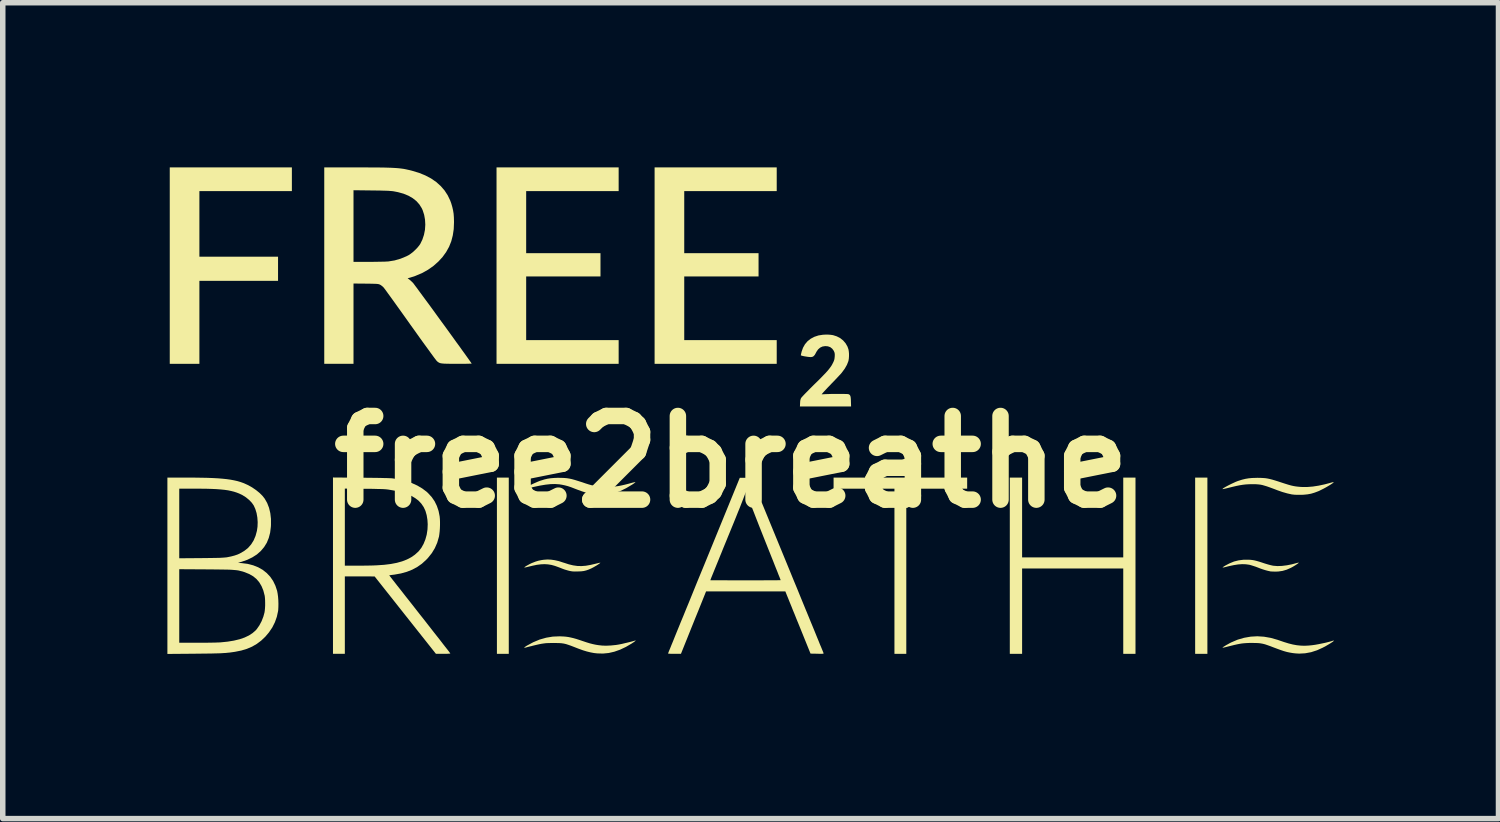
<source format=kicad_pcb>
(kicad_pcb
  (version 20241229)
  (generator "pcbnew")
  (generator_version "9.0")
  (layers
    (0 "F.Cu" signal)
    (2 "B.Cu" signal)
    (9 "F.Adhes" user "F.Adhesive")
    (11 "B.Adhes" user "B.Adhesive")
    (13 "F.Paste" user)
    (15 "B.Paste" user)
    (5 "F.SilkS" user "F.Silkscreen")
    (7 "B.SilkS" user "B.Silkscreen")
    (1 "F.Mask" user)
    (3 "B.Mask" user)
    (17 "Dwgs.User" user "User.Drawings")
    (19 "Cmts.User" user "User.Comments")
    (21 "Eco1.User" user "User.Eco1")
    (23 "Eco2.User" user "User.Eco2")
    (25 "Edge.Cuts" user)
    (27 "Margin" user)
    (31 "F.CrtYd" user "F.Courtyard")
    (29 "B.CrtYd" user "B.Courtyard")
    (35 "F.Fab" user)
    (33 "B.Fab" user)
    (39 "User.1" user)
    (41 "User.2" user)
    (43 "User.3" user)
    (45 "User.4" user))
  (footprint "free2breathe"
    (layer "F.Cu")
    (at 10.281 5.364)
    (property "Reference" "free2breathe" (at 0 0 0) (layer "F.SilkS") (effects (font (size 1.524 1.524) (thickness 0.3))))
    (attr board_only exclude_from_pos_files exclude_from_bom)
    (fp_poly (pts (xy -4.061 3.499) (xy -4.277 3.499) (xy -4.277 0.288) (xy -4.061 0.288)) (stroke (width 0) (type solid)) (fill yes) (layer "F.SilkS"))
    (fp_poly (pts (xy 8.668 3.499) (xy 8.445 3.499) (xy 8.445 0.288) (xy 8.668 0.288)) (stroke (width 0) (type solid)) (fill yes) (layer "F.SilkS"))
    (fp_poly (pts (xy 4.291 0.49) (xy 3.182 0.49) (xy 3.182 3.499) (xy 2.966 3.499) (xy 2.966 0.49) (xy 1.857 0.49) (xy 1.857 0.288) (xy 4.291 0.288)) (stroke (width 0) (type solid)) (fill yes) (layer "F.SilkS"))
    (fp_poly (pts (xy -8.013 -4.932) (xy -9.698 -4.932) (xy -9.698 -3.737) (xy -8.265 -3.737) (xy -8.265 -3.297) (xy -9.698 -3.297) (xy -9.698 -1.785) (xy -10.238 -1.785) (xy -10.238 -5.364) (xy -8.013 -5.364)) (stroke (width 0) (type solid)) (fill yes) (layer "F.SilkS"))
    (fp_poly (pts (xy -2.059 -4.932) (xy -3.744 -4.932) (xy -3.744 -3.801) (xy -2.39 -3.801) (xy -2.39 -3.377) (xy -3.744 -3.377) (xy -3.744 -2.217) (xy -2.059 -2.217) (xy -2.059 -1.785) (xy -4.284 -1.785) (xy -4.284 -5.364) (xy -2.059 -5.364)) (stroke (width 0) (type solid)) (fill yes) (layer "F.SilkS"))
    (fp_poly (pts (xy 0.821 -4.932) (xy -0.864 -4.932) (xy -0.864 -3.801) (xy 0.49 -3.801) (xy 0.49 -3.377) (xy -0.864 -3.377) (xy -0.864 -2.217) (xy 0.821 -2.217) (xy 0.821 -1.785) (xy -1.404 -1.785) (xy -1.404 -5.364) (xy 0.821 -5.364)) (stroke (width 0) (type solid)) (fill yes) (layer "F.SilkS"))
    (fp_poly (pts (xy 5.292 1.742) (xy 7.135 1.742) (xy 7.135 0.288) (xy 7.358 0.288) (xy 7.358 3.499) (xy 7.135 3.499) (xy 7.135 1.944) (xy 5.292 1.944) (xy 5.292 3.499) (xy 5.068 3.499) (xy 5.068 0.288) (xy 5.292 0.288)) (stroke (width 0) (type solid)) (fill yes) (layer "F.SilkS"))
    (fp_poly (pts (xy -3.291 1.783) (xy -3.222 1.793) (xy -3.148 1.81) (xy -3.065 1.837) (xy -3.054 1.84) (xy -2.968 1.868) (xy -2.889 1.887) (xy -2.812 1.898) (xy -2.736 1.9) (xy -2.657 1.894) (xy -2.572 1.879) (xy -2.478 1.857) (xy -2.478 1.857) (xy -2.445 1.849) (xy -2.418 1.843) (xy -2.4 1.839) (xy -2.392 1.839) (xy -2.396 1.844) (xy -2.41 1.855) (xy -2.431 1.87) (xy -2.457 1.887) (xy -2.487 1.904) (xy -2.516 1.921) (xy -2.543 1.935) (xy -2.552 1.94) (xy -2.604 1.963) (xy -2.65 1.979) (xy -2.694 1.99) (xy -2.743 1.996) (xy -2.801 1.998) (xy -2.801 1.998) (xy -2.858 1.999) (xy -2.903 1.997) (xy -2.939 1.991) (xy -2.945 1.99) (xy -2.978 1.982) (xy -3.009 1.973) (xy -3.043 1.963) (xy -3.081 1.949) (xy -3.129 1.93) (xy -3.15 1.922) (xy -3.219 1.897) (xy -3.283 1.879) (xy -3.346 1.869) (xy -3.409 1.865) (xy -3.476 1.868) (xy -3.549 1.877) (xy -3.63 1.894) (xy -3.693 1.909) (xy -3.725 1.917) (xy -3.752 1.923) (xy -3.771 1.926) (xy -3.778 1.926) (xy -3.775 1.921) (xy -3.761 1.91) (xy -3.739 1.896) (xy -3.712 1.881) (xy -3.683 1.865) (xy -3.652 1.85) (xy -3.636 1.843) (xy -3.575 1.819) (xy -3.519 1.802) (xy -3.459 1.79) (xy -3.423 1.785) (xy -3.357 1.78)) (stroke (width 0) (type solid)) (fill yes) (layer "F.SilkS"))
    (fp_poly (pts (xy 9.414 1.784) (xy 9.453 1.786) (xy 9.488 1.79) (xy 9.524 1.796) (xy 9.564 1.806) (xy 9.61 1.819) (xy 9.666 1.837) (xy 9.683 1.843) (xy 9.73 1.858) (xy 9.777 1.872) (xy 9.819 1.883) (xy 9.854 1.891) (xy 9.87 1.894) (xy 9.944 1.9) (xy 10.027 1.897) (xy 10.116 1.886) (xy 10.207 1.868) (xy 10.275 1.85) (xy 10.301 1.843) (xy 10.321 1.838) (xy 10.333 1.838) (xy 10.333 1.838) (xy 10.331 1.842) (xy 10.319 1.852) (xy 10.299 1.866) (xy 10.274 1.883) (xy 10.246 1.9) (xy 10.217 1.917) (xy 10.191 1.931) (xy 10.189 1.932) (xy 10.112 1.966) (xy 10.037 1.988) (xy 9.96 1.999) (xy 9.907 2.001) (xy 9.874 2) (xy 9.845 1.999) (xy 9.824 1.998) (xy 9.817 1.997) (xy 9.767 1.986) (xy 9.722 1.974) (xy 9.678 1.96) (xy 9.629 1.943) (xy 9.591 1.928) (xy 9.549 1.912) (xy 9.506 1.898) (xy 9.468 1.886) (xy 9.437 1.877) (xy 9.426 1.875) (xy 9.366 1.867) (xy 9.301 1.865) (xy 9.23 1.87) (xy 9.151 1.882) (xy 9.062 1.901) (xy 9.033 1.908) (xy 9 1.917) (xy 8.972 1.923) (xy 8.953 1.926) (xy 8.944 1.927) (xy 8.944 1.927) (xy 8.948 1.922) (xy 8.962 1.911) (xy 8.984 1.897) (xy 9.013 1.881) (xy 9.045 1.864) (xy 9.071 1.851) (xy 9.153 1.817) (xy 9.236 1.796) (xy 9.323 1.785) (xy 9.37 1.784)) (stroke (width 0) (type solid)) (fill yes) (layer "F.SilkS"))
    (fp_poly (pts (xy 9.7 3.187) (xy 9.825 3.209) (xy 9.951 3.245) (xy 9.97 3.252) (xy 10.064 3.284) (xy 10.149 3.31) (xy 10.225 3.329) (xy 10.296 3.342) (xy 10.364 3.349) (xy 10.432 3.352) (xy 10.501 3.349) (xy 10.526 3.347) (xy 10.575 3.342) (xy 10.633 3.334) (xy 10.694 3.323) (xy 10.757 3.31) (xy 10.819 3.297) (xy 10.875 3.283) (xy 10.924 3.27) (xy 10.96 3.258) (xy 10.97 3.257) (xy 10.972 3.26) (xy 10.966 3.268) (xy 10.949 3.281) (xy 10.924 3.298) (xy 10.892 3.318) (xy 10.855 3.34) (xy 10.816 3.363) (xy 10.775 3.384) (xy 10.774 3.385) (xy 10.666 3.434) (xy 10.558 3.469) (xy 10.45 3.489) (xy 10.342 3.495) (xy 10.274 3.491) (xy 10.221 3.485) (xy 10.169 3.476) (xy 10.117 3.465) (xy 10.06 3.449) (xy 9.998 3.428) (xy 9.927 3.402) (xy 9.876 3.383) (xy 9.814 3.359) (xy 9.763 3.341) (xy 9.719 3.326) (xy 9.68 3.316) (xy 9.643 3.309) (xy 9.604 3.304) (xy 9.561 3.302) (xy 9.511 3.301) (xy 9.478 3.301) (xy 9.426 3.301) (xy 9.38 3.303) (xy 9.338 3.306) (xy 9.298 3.31) (xy 9.255 3.317) (xy 9.209 3.326) (xy 9.155 3.338) (xy 9.091 3.354) (xy 9.058 3.362) (xy 9.02 3.372) (xy 8.987 3.38) (xy 8.962 3.385) (xy 8.947 3.388) (xy 8.943 3.388) (xy 8.947 3.382) (xy 8.961 3.371) (xy 8.984 3.357) (xy 9.013 3.339) (xy 9.046 3.321) (xy 9.08 3.302) (xy 9.104 3.29) (xy 9.219 3.241) (xy 9.336 3.207) (xy 9.456 3.186) (xy 9.577 3.179)) (stroke (width 0) (type solid)) (fill yes) (layer "F.SilkS"))
    (fp_poly (pts (xy -3.063 3.183) (xy -3.017 3.187) (xy -2.974 3.193) (xy -2.93 3.202) (xy -2.883 3.213) (xy -2.83 3.228) (xy -2.768 3.248) (xy -2.718 3.265) (xy -2.646 3.289) (xy -2.584 3.308) (xy -2.529 3.322) (xy -2.477 3.333) (xy -2.427 3.341) (xy -2.373 3.347) (xy -2.371 3.348) (xy -2.29 3.351) (xy -2.2 3.347) (xy -2.103 3.337) (xy -2.055 3.329) (xy -2.029 3.324) (xy -1.995 3.317) (xy -1.954 3.307) (xy -1.911 3.297) (xy -1.869 3.287) (xy -1.829 3.277) (xy -1.796 3.268) (xy -1.772 3.261) (xy -1.762 3.258) (xy -1.75 3.254) (xy -1.749 3.258) (xy -1.759 3.267) (xy -1.777 3.282) (xy -1.805 3.3) (xy -1.816 3.308) (xy -1.925 3.372) (xy -2.032 3.423) (xy -2.137 3.46) (xy -2.241 3.484) (xy -2.345 3.494) (xy -2.449 3.491) (xy -2.45 3.491) (xy -2.511 3.484) (xy -2.573 3.472) (xy -2.639 3.456) (xy -2.711 3.434) (xy -2.791 3.405) (xy -2.868 3.375) (xy -2.927 3.352) (xy -2.976 3.335) (xy -3.019 3.321) (xy -3.059 3.312) (xy -3.1 3.306) (xy -3.144 3.303) (xy -3.196 3.302) (xy -3.243 3.301) (xy -3.297 3.302) (xy -3.343 3.303) (xy -3.385 3.305) (xy -3.425 3.31) (xy -3.466 3.316) (xy -3.511 3.325) (xy -3.564 3.337) (xy -3.627 3.352) (xy -3.639 3.356) (xy -3.679 3.365) (xy -3.714 3.374) (xy -3.743 3.382) (xy -3.761 3.386) (xy -3.767 3.388) (xy -3.779 3.39) (xy -3.779 3.386) (xy -3.769 3.376) (xy -3.749 3.361) (xy -3.731 3.35) (xy -3.616 3.288) (xy -3.499 3.239) (xy -3.379 3.205) (xy -3.258 3.185) (xy -3.133 3.18)) (stroke (width 0) (type solid)) (fill yes) (layer "F.SilkS"))
    (fp_poly (pts (xy -3.095 0.293) (xy -3.046 0.295) (xy -3.001 0.299) (xy -2.957 0.306) (xy -2.911 0.316) (xy -2.86 0.33) (xy -2.802 0.348) (xy -2.733 0.37) (xy -2.732 0.37) (xy -2.662 0.394) (xy -2.602 0.413) (xy -2.551 0.427) (xy -2.506 0.438) (xy -2.465 0.446) (xy -2.425 0.452) (xy -2.383 0.455) (xy -2.338 0.457) (xy -2.286 0.457) (xy -2.286 0.457) (xy -2.225 0.456) (xy -2.169 0.454) (xy -2.117 0.449) (xy -2.064 0.442) (xy -2.008 0.431) (xy -1.946 0.417) (xy -1.875 0.399) (xy -1.833 0.387) (xy -1.802 0.379) (xy -1.776 0.373) (xy -1.758 0.37) (xy -1.752 0.37) (xy -1.756 0.375) (xy -1.77 0.386) (xy -1.791 0.402) (xy -1.815 0.417) (xy -1.923 0.481) (xy -2.027 0.532) (xy -2.13 0.568) (xy -2.231 0.592) (xy -2.333 0.603) (xy -2.379 0.604) (xy -2.412 0.603) (xy -2.441 0.603) (xy -2.461 0.602) (xy -2.469 0.601) (xy -2.482 0.599) (xy -2.503 0.595) (xy -2.531 0.591) (xy -2.534 0.59) (xy -2.588 0.579) (xy -2.653 0.562) (xy -2.725 0.539) (xy -2.802 0.511) (xy -2.857 0.49) (xy -2.924 0.464) (xy -2.983 0.444) (xy -3.036 0.43) (xy -3.088 0.419) (xy -3.142 0.41) (xy -3.146 0.41) (xy -3.219 0.405) (xy -3.301 0.407) (xy -3.392 0.417) (xy -3.494 0.434) (xy -3.607 0.458) (xy -3.659 0.471) (xy -3.698 0.481) (xy -3.732 0.488) (xy -3.759 0.494) (xy -3.775 0.496) (xy -3.78 0.496) (xy -3.773 0.488) (xy -3.756 0.475) (xy -3.729 0.458) (xy -3.695 0.439) (xy -3.657 0.419) (xy -3.615 0.399) (xy -3.572 0.38) (xy -3.531 0.362) (xy -3.493 0.347) (xy -3.47 0.34) (xy -3.409 0.321) (xy -3.353 0.308) (xy -3.299 0.3) (xy -3.242 0.295) (xy -3.176 0.292) (xy -3.15 0.292)) (stroke (width 0) (type solid)) (fill yes) (layer "F.SilkS"))
    (fp_poly (pts (xy 9.631 0.293) (xy 9.676 0.295) (xy 9.719 0.298) (xy 9.76 0.304) (xy 9.803 0.313) (xy 9.85 0.325) (xy 9.904 0.341) (xy 9.967 0.361) (xy 10.018 0.378) (xy 10.086 0.4) (xy 10.144 0.418) (xy 10.194 0.432) (xy 10.239 0.442) (xy 10.281 0.449) (xy 10.324 0.454) (xy 10.37 0.458) (xy 10.396 0.459) (xy 10.491 0.459) (xy 10.589 0.451) (xy 10.693 0.435) (xy 10.805 0.411) (xy 10.889 0.389) (xy 10.92 0.38) (xy 10.946 0.374) (xy 10.964 0.37) (xy 10.97 0.37) (xy 10.967 0.376) (xy 10.954 0.388) (xy 10.931 0.404) (xy 10.901 0.423) (xy 10.866 0.444) (xy 10.828 0.466) (xy 10.788 0.488) (xy 10.748 0.508) (xy 10.712 0.526) (xy 10.69 0.536) (xy 10.621 0.562) (xy 10.558 0.581) (xy 10.493 0.593) (xy 10.423 0.6) (xy 10.375 0.602) (xy 10.31 0.602) (xy 10.256 0.6) (xy 10.214 0.595) (xy 10.209 0.595) (xy 10.124 0.576) (xy 10.033 0.55) (xy 9.939 0.517) (xy 9.932 0.514) (xy 9.861 0.487) (xy 9.801 0.465) (xy 9.75 0.447) (xy 9.706 0.434) (xy 9.668 0.423) (xy 9.631 0.416) (xy 9.596 0.412) (xy 9.558 0.409) (xy 9.518 0.408) (xy 9.482 0.408) (xy 9.426 0.409) (xy 9.372 0.412) (xy 9.318 0.418) (xy 9.26 0.427) (xy 9.196 0.44) (xy 9.123 0.457) (xy 9.066 0.471) (xy 9.026 0.481) (xy 8.992 0.489) (xy 8.965 0.495) (xy 8.947 0.498) (xy 8.942 0.498) (xy 8.948 0.49) (xy 8.965 0.477) (xy 8.992 0.461) (xy 9.025 0.443) (xy 9.063 0.423) (xy 9.103 0.403) (xy 9.144 0.384) (xy 9.183 0.366) (xy 9.218 0.352) (xy 9.233 0.347) (xy 9.299 0.326) (xy 9.36 0.311) (xy 9.42 0.301) (xy 9.484 0.295) (xy 9.556 0.293) (xy 9.579 0.292)) (stroke (width 0) (type solid)) (fill yes) (layer "F.SilkS"))
    (fp_poly (pts (xy 1.763 -2.317) (xy 1.802 -2.314) (xy 1.836 -2.309) (xy 1.845 -2.308) (xy 1.914 -2.286) (xy 1.977 -2.254) (xy 2.031 -2.211) (xy 2.076 -2.159) (xy 2.11 -2.1) (xy 2.128 -2.049) (xy 2.134 -2.014) (xy 2.138 -1.971) (xy 2.138 -1.925) (xy 2.135 -1.881) (xy 2.129 -1.844) (xy 2.127 -1.835) (xy 2.1 -1.766) (xy 2.06 -1.696) (xy 2.006 -1.623) (xy 1.992 -1.606) (xy 1.98 -1.593) (xy 1.959 -1.571) (xy 1.932 -1.542) (xy 1.899 -1.507) (xy 1.861 -1.467) (xy 1.82 -1.425) (xy 1.794 -1.397) (xy 1.749 -1.351) (xy 1.711 -1.31) (xy 1.68 -1.277) (xy 1.658 -1.252) (xy 1.644 -1.235) (xy 1.64 -1.228) (xy 1.641 -1.228) (xy 1.655 -1.23) (xy 1.68 -1.231) (xy 1.715 -1.233) (xy 1.758 -1.234) (xy 1.806 -1.236) (xy 1.858 -1.236) (xy 1.91 -1.237) (xy 1.962 -1.237) (xy 2.011 -1.237) (xy 2.054 -1.236) (xy 2.089 -1.235) (xy 2.115 -1.234) (xy 2.129 -1.232) (xy 2.13 -1.231) (xy 2.146 -1.223) (xy 2.156 -1.212) (xy 2.164 -1.196) (xy 2.169 -1.171) (xy 2.172 -1.137) (xy 2.173 -1.1) (xy 2.176 -1.008) (xy 1.244 -1.008) (xy 1.247 -1.071) (xy 1.249 -1.107) (xy 1.254 -1.133) (xy 1.261 -1.153) (xy 1.266 -1.163) (xy 1.275 -1.174) (xy 1.293 -1.194) (xy 1.319 -1.222) (xy 1.351 -1.255) (xy 1.39 -1.294) (xy 1.432 -1.337) (xy 1.478 -1.383) (xy 1.502 -1.407) (xy 1.568 -1.471) (xy 1.624 -1.527) (xy 1.671 -1.576) (xy 1.711 -1.617) (xy 1.744 -1.654) (xy 1.771 -1.686) (xy 1.793 -1.715) (xy 1.812 -1.741) (xy 1.828 -1.767) (xy 1.841 -1.793) (xy 1.845 -1.8) (xy 1.86 -1.832) (xy 1.869 -1.857) (xy 1.874 -1.881) (xy 1.877 -1.91) (xy 1.878 -1.922) (xy 1.879 -1.953) (xy 1.877 -1.975) (xy 1.873 -1.993) (xy 1.865 -2.012) (xy 1.86 -2.023) (xy 1.832 -2.061) (xy 1.796 -2.089) (xy 1.753 -2.104) (xy 1.705 -2.108) (xy 1.654 -2.1) (xy 1.612 -2.08) (xy 1.575 -2.048) (xy 1.544 -2.003) (xy 1.535 -1.985) (xy 1.515 -1.949) (xy 1.494 -1.925) (xy 1.471 -1.912) (xy 1.444 -1.908) (xy 1.42 -1.909) (xy 1.391 -1.912) (xy 1.358 -1.917) (xy 1.326 -1.922) (xy 1.297 -1.928) (xy 1.274 -1.934) (xy 1.262 -1.939) (xy 1.26 -1.941) (xy 1.262 -1.951) (xy 1.266 -1.971) (xy 1.273 -1.998) (xy 1.274 -2.005) (xy 1.3 -2.078) (xy 1.336 -2.142) (xy 1.383 -2.197) (xy 1.44 -2.242) (xy 1.506 -2.277) (xy 1.581 -2.302) (xy 1.664 -2.315) (xy 1.726 -2.318)) (stroke (width 0) (type solid)) (fill yes) (layer "F.SilkS"))
    (fp_poly (pts (xy -6.759 0.29) (xy -6.659 0.291) (xy -6.566 0.292) (xy -6.481 0.293) (xy -6.404 0.294) (xy -6.336 0.296) (xy -6.279 0.297) (xy -6.233 0.299) (xy -6.199 0.3) (xy -6.181 0.302) (xy -6.056 0.321) (xy -5.938 0.349) (xy -5.828 0.387) (xy -5.727 0.433) (xy -5.636 0.487) (xy -5.555 0.548) (xy -5.53 0.572) (xy -5.465 0.643) (xy -5.412 0.72) (xy -5.371 0.804) (xy -5.34 0.896) (xy -5.32 0.997) (xy -5.32 1) (xy -5.316 1.042) (xy -5.314 1.093) (xy -5.314 1.151) (xy -5.316 1.21) (xy -5.32 1.268) (xy -5.326 1.319) (xy -5.332 1.361) (xy -5.334 1.368) (xy -5.365 1.475) (xy -5.408 1.573) (xy -5.464 1.665) (xy -5.532 1.75) (xy -5.565 1.785) (xy -5.644 1.857) (xy -5.728 1.916) (xy -5.819 1.965) (xy -5.917 2.004) (xy -6.024 2.034) (xy -6.141 2.055) (xy -6.148 2.056) (xy -6.182 2.06) (xy -6.211 2.064) (xy -6.23 2.067) (xy -6.239 2.069) (xy -6.239 2.069) (xy -6.235 2.074) (xy -6.222 2.091) (xy -6.202 2.117) (xy -6.174 2.153) (xy -6.139 2.197) (xy -6.099 2.249) (xy -6.052 2.308) (xy -6 2.374) (xy -5.944 2.446) (xy -5.883 2.523) (xy -5.819 2.604) (xy -5.752 2.69) (xy -5.683 2.778) (xy -5.613 2.866) (xy -5.546 2.952) (xy -5.482 3.034) (xy -5.422 3.111) (xy -5.365 3.183) (xy -5.313 3.249) (xy -5.267 3.309) (xy -5.226 3.362) (xy -5.191 3.406) (xy -5.163 3.442) (xy -5.143 3.469) (xy -5.13 3.486) (xy -5.126 3.492) (xy -5.133 3.495) (xy -5.152 3.496) (xy -5.182 3.498) (xy -5.221 3.499) (xy -5.257 3.499) (xy -5.389 3.498) (xy -5.947 2.794) (xy -6.505 2.089) (xy -6.777 2.088) (xy -7.048 2.088) (xy -7.048 3.499) (xy -7.264 3.499) (xy -7.264 0.488) (xy -7.048 0.488) (xy -7.048 1.893) (xy -6.827 1.893) (xy -6.763 1.893) (xy -6.695 1.892) (xy -6.628 1.891) (xy -6.564 1.89) (xy -6.508 1.888) (xy -6.464 1.886) (xy -6.331 1.877) (xy -6.21 1.862) (xy -6.101 1.841) (xy -6.004 1.814) (xy -5.917 1.78) (xy -5.84 1.74) (xy -5.772 1.693) (xy -5.712 1.639) (xy -5.703 1.63) (xy -5.654 1.568) (xy -5.613 1.495) (xy -5.58 1.413) (xy -5.556 1.326) (xy -5.542 1.233) (xy -5.538 1.138) (xy -5.543 1.058) (xy -5.557 0.972) (xy -5.579 0.895) (xy -5.611 0.826) (xy -5.653 0.764) (xy -5.704 0.709) (xy -5.767 0.661) (xy -5.84 0.619) (xy -5.926 0.583) (xy -6.023 0.552) (xy -6.134 0.527) (xy -6.25 0.507) (xy -6.273 0.504) (xy -6.299 0.501) (xy -6.33 0.499) (xy -6.367 0.497) (xy -6.412 0.496) (xy -6.465 0.495) (xy -6.529 0.493) (xy -6.605 0.492) (xy -6.69 0.492) (xy -7.048 0.488) (xy -7.264 0.488) (xy -7.264 0.286)) (stroke (width 0) (type solid)) (fill yes) (layer "F.SilkS"))
    (fp_poly (pts (xy 1.017 1.883) (xy 1.076 2.027) (xy 1.134 2.169) (xy 1.191 2.306) (xy 1.245 2.439) (xy 1.297 2.566) (xy 1.347 2.688) (xy 1.395 2.804) (xy 1.439 2.912) (xy 1.481 3.013) (xy 1.519 3.106) (xy 1.553 3.19) (xy 1.584 3.265) (xy 1.61 3.33) (xy 1.633 3.384) (xy 1.651 3.428) (xy 1.664 3.46) (xy 1.672 3.48) (xy 1.674 3.487) (xy 1.675 3.491) (xy 1.672 3.495) (xy 1.664 3.497) (xy 1.648 3.498) (xy 1.623 3.498) (xy 1.587 3.498) (xy 1.558 3.497) (xy 1.437 3.495) (xy 1.245 3.02) (xy 1.212 2.939) (xy 1.179 2.859) (xy 1.149 2.783) (xy 1.119 2.711) (xy 1.093 2.645) (xy 1.069 2.586) (xy 1.048 2.535) (xy 1.032 2.494) (xy 1.02 2.465) (xy 1.015 2.453) (xy 0.978 2.361) (xy -0.466 2.361) (xy -0.603 2.702) (xy -0.634 2.778) (xy -0.667 2.859) (xy -0.7 2.942) (xy -0.733 3.023) (xy -0.764 3.101) (xy -0.793 3.173) (xy -0.818 3.236) (xy -0.832 3.27) (xy -0.924 3.499) (xy -1.042 3.499) (xy -1.081 3.499) (xy -1.115 3.498) (xy -1.14 3.496) (xy -1.156 3.495) (xy -1.159 3.493) (xy -1.156 3.486) (xy -1.149 3.466) (xy -1.136 3.434) (xy -1.118 3.391) (xy -1.096 3.336) (xy -1.069 3.271) (xy -1.039 3.196) (xy -1.005 3.112) (xy -0.967 3.019) (xy -0.926 2.918) (xy -0.881 2.81) (xy -0.834 2.694) (xy -0.784 2.573) (xy -0.732 2.445) (xy -0.678 2.312) (xy -0.622 2.174) (xy -0.615 2.157) (xy -0.389 2.157) (xy -0.382 2.158) (xy -0.361 2.158) (xy -0.329 2.158) (xy -0.284 2.159) (xy -0.23 2.159) (xy -0.166 2.159) (xy -0.094 2.159) (xy -0.015 2.16) (xy 0.07 2.16) (xy 0.161 2.16) (xy 0.252 2.16) (xy 0.347 2.16) (xy 0.437 2.16) (xy 0.522 2.16) (xy 0.601 2.159) (xy 0.673 2.159) (xy 0.736 2.159) (xy 0.79 2.158) (xy 0.834 2.158) (xy 0.866 2.157) (xy 0.886 2.157) (xy 0.893 2.156) (xy 0.89 2.149) (xy 0.883 2.13) (xy 0.871 2.099) (xy 0.854 2.058) (xy 0.835 2.008) (xy 0.811 1.949) (xy 0.785 1.884) (xy 0.757 1.812) (xy 0.726 1.735) (xy 0.694 1.654) (xy 0.688 1.64) (xy 0.634 1.504) (xy 0.585 1.381) (xy 0.541 1.27) (xy 0.501 1.169) (xy 0.465 1.077) (xy 0.433 0.995) (xy 0.404 0.92) (xy 0.377 0.852) (xy 0.353 0.79) (xy 0.332 0.733) (xy 0.312 0.68) (xy 0.304 0.659) (xy 0.287 0.615) (xy 0.274 0.585) (xy 0.265 0.565) (xy 0.259 0.557) (xy 0.256 0.557) (xy 0.255 0.558) (xy 0.235 0.612) (xy 0.21 0.678) (xy 0.181 0.752) (xy 0.15 0.832) (xy 0.116 0.915) (xy 0.082 1) (xy 0.048 1.084) (xy 0.015 1.165) (xy 0.007 1.184) (xy -0.015 1.238) (xy -0.039 1.297) (xy -0.066 1.362) (xy -0.094 1.431) (xy -0.124 1.504) (xy -0.154 1.577) (xy -0.184 1.652) (xy -0.214 1.725) (xy -0.243 1.797) (xy -0.271 1.865) (xy -0.297 1.929) (xy -0.321 1.988) (xy -0.342 2.04) (xy -0.36 2.084) (xy -0.374 2.118) (xy -0.383 2.143) (xy -0.388 2.156) (xy -0.389 2.157) (xy -0.615 2.157) (xy -0.564 2.033) (xy -0.505 1.89) (xy 0.148 0.292) (xy 0.363 0.292)) (stroke (width 0) (type solid)) (fill yes) (layer "F.SilkS"))
    (fp_poly (pts (xy -9.952 0.288) (xy -9.809 0.288) (xy -9.68 0.29) (xy -9.564 0.292) (xy -9.458 0.296) (xy -9.363 0.301) (xy -9.278 0.308) (xy -9.2 0.316) (xy -9.13 0.326) (xy -9.066 0.338) (xy -9.008 0.351) (xy -8.953 0.367) (xy -8.902 0.385) (xy -8.853 0.406) (xy -8.809 0.426) (xy -8.735 0.468) (xy -8.665 0.516) (xy -8.601 0.568) (xy -8.547 0.622) (xy -8.508 0.672) (xy -8.463 0.751) (xy -8.429 0.839) (xy -8.406 0.935) (xy -8.394 1.039) (xy -8.394 1.153) (xy -8.396 1.186) (xy -8.409 1.291) (xy -8.434 1.387) (xy -8.47 1.475) (xy -8.519 1.554) (xy -8.579 1.625) (xy -8.65 1.688) (xy -8.733 1.741) (xy -8.828 1.787) (xy -8.935 1.824) (xy -8.937 1.824) (xy -8.994 1.841) (xy -8.927 1.846) (xy -8.819 1.86) (xy -8.718 1.886) (xy -8.627 1.922) (xy -8.544 1.969) (xy -8.471 2.027) (xy -8.408 2.094) (xy -8.355 2.171) (xy -8.313 2.258) (xy -8.282 2.351) (xy -8.273 2.398) (xy -8.265 2.456) (xy -8.26 2.52) (xy -8.258 2.585) (xy -8.259 2.647) (xy -8.262 2.703) (xy -8.265 2.723) (xy -8.287 2.824) (xy -8.322 2.923) (xy -8.37 3.019) (xy -8.431 3.109) (xy -8.497 3.187) (xy -8.572 3.258) (xy -8.652 3.318) (xy -8.738 3.368) (xy -8.832 3.408) (xy -8.935 3.439) (xy -9.049 3.462) (xy -9.076 3.466) (xy -9.112 3.471) (xy -9.147 3.476) (xy -9.182 3.479) (xy -9.218 3.483) (xy -9.257 3.485) (xy -9.301 3.488) (xy -9.35 3.49) (xy -9.405 3.491) (xy -9.469 3.493) (xy -9.542 3.494) (xy -9.627 3.495) (xy -9.723 3.496) (xy -9.797 3.497) (xy -10.281 3.501) (xy -10.281 1.957) (xy -10.065 1.957) (xy -10.065 3.297) (xy -9.739 3.297) (xy -9.668 3.297) (xy -9.597 3.297) (xy -9.529 3.296) (xy -9.466 3.295) (xy -9.409 3.294) (xy -9.362 3.292) (xy -9.327 3.291) (xy -9.313 3.29) (xy -9.184 3.277) (xy -9.069 3.258) (xy -8.965 3.233) (xy -8.875 3.202) (xy -8.795 3.164) (xy -8.728 3.12) (xy -8.671 3.07) (xy -8.653 3.049) (xy -8.606 2.982) (xy -8.565 2.905) (xy -8.532 2.82) (xy -8.512 2.747) (xy -8.507 2.714) (xy -8.503 2.671) (xy -8.5 2.621) (xy -8.5 2.57) (xy -8.501 2.52) (xy -8.504 2.476) (xy -8.508 2.441) (xy -8.509 2.437) (xy -8.533 2.345) (xy -8.566 2.265) (xy -8.607 2.196) (xy -8.657 2.137) (xy -8.717 2.087) (xy -8.788 2.046) (xy -8.871 2.012) (xy -8.889 2.006) (xy -8.914 1.998) (xy -8.939 1.992) (xy -8.963 1.986) (xy -8.988 1.98) (xy -9.015 1.976) (xy -9.046 1.973) (xy -9.081 1.97) (xy -9.121 1.967) (xy -9.169 1.965) (xy -9.225 1.964) (xy -9.29 1.963) (xy -9.365 1.962) (xy -9.453 1.961) (xy -9.553 1.96) (xy -9.581 1.96) (xy -10.065 1.957) (xy -10.281 1.957) (xy -10.281 0.49) (xy -10.065 0.49) (xy -10.065 1.758) (xy -9.667 1.755) (xy -9.576 1.754) (xy -9.498 1.753) (xy -9.432 1.752) (xy -9.376 1.751) (xy -9.33 1.75) (xy -9.292 1.748) (xy -9.261 1.746) (xy -9.235 1.744) (xy -9.213 1.742) (xy -9.197 1.74) (xy -9.122 1.725) (xy -9.057 1.708) (xy -8.999 1.688) (xy -8.96 1.67) (xy -8.881 1.624) (xy -8.812 1.57) (xy -8.756 1.506) (xy -8.71 1.433) (xy -8.675 1.351) (xy -8.65 1.259) (xy -8.639 1.183) (xy -8.636 1.1) (xy -8.642 1.016) (xy -8.656 0.935) (xy -8.679 0.86) (xy -8.708 0.796) (xy -8.744 0.745) (xy -8.792 0.695) (xy -8.849 0.648) (xy -8.912 0.608) (xy -8.972 0.579) (xy -9.018 0.561) (xy -9.067 0.545) (xy -9.119 0.532) (xy -9.176 0.52) (xy -9.239 0.511) (xy -9.309 0.504) (xy -9.387 0.498) (xy -9.476 0.494) (xy -9.575 0.491) (xy -9.686 0.49) (xy -9.775 0.49) (xy -10.065 0.49) (xy -10.281 0.49) (xy -10.281 0.288)) (stroke (width 0) (type solid)) (fill yes) (layer "F.SilkS"))
    (fp_poly (pts (xy -6.823 -5.364) (xy -6.7 -5.364) (xy -6.589 -5.363) (xy -6.491 -5.363) (xy -6.404 -5.362) (xy -6.327 -5.361) (xy -6.259 -5.359) (xy -6.198 -5.357) (xy -6.145 -5.354) (xy -6.097 -5.351) (xy -6.053 -5.347) (xy -6.013 -5.342) (xy -5.976 -5.337) (xy -5.94 -5.33) (xy -5.904 -5.322) (xy -5.867 -5.314) (xy -5.828 -5.304) (xy -5.821 -5.302) (xy -5.695 -5.264) (xy -5.58 -5.217) (xy -5.476 -5.162) (xy -5.383 -5.098) (xy -5.302 -5.025) (xy -5.232 -4.945) (xy -5.174 -4.856) (xy -5.128 -4.76) (xy -5.109 -4.708) (xy -5.09 -4.643) (xy -5.076 -4.582) (xy -5.066 -4.52) (xy -5.061 -4.453) (xy -5.059 -4.377) (xy -5.059 -4.363) (xy -5.064 -4.239) (xy -5.081 -4.125) (xy -5.109 -4.017) (xy -5.149 -3.917) (xy -5.202 -3.822) (xy -5.267 -3.732) (xy -5.342 -3.65) (xy -5.433 -3.569) (xy -5.534 -3.498) (xy -5.644 -3.437) (xy -5.763 -3.387) (xy -5.848 -3.359) (xy -5.904 -3.343) (xy -5.877 -3.324) (xy -5.858 -3.309) (xy -5.835 -3.288) (xy -5.811 -3.265) (xy -5.809 -3.263) (xy -5.801 -3.254) (xy -5.786 -3.234) (xy -5.764 -3.204) (xy -5.735 -3.166) (xy -5.701 -3.119) (xy -5.661 -3.065) (xy -5.617 -3.005) (xy -5.569 -2.94) (xy -5.517 -2.87) (xy -5.463 -2.796) (xy -5.407 -2.719) (xy -5.35 -2.64) (xy -5.292 -2.56) (xy -5.233 -2.48) (xy -5.175 -2.4) (xy -5.118 -2.321) (xy -5.063 -2.245) (xy -5.01 -2.171) (xy -4.959 -2.102) (xy -4.913 -2.037) (xy -4.87 -1.978) (xy -4.833 -1.926) (xy -4.8 -1.88) (xy -4.774 -1.843) (xy -4.754 -1.815) (xy -4.742 -1.797) (xy -4.737 -1.789) (xy -4.737 -1.789) (xy -4.744 -1.788) (xy -4.764 -1.788) (xy -4.795 -1.787) (xy -4.836 -1.786) (xy -4.884 -1.786) (xy -4.94 -1.786) (xy -5 -1.785) (xy -5.006 -1.785) (xy -5.081 -1.786) (xy -5.144 -1.786) (xy -5.195 -1.787) (xy -5.236 -1.788) (xy -5.269 -1.791) (xy -5.294 -1.794) (xy -5.315 -1.799) (xy -5.331 -1.806) (xy -5.345 -1.814) (xy -5.359 -1.824) (xy -5.372 -1.837) (xy -5.374 -1.838) (xy -5.382 -1.848) (xy -5.398 -1.869) (xy -5.422 -1.9) (xy -5.451 -1.94) (xy -5.487 -1.989) (xy -5.528 -2.046) (xy -5.574 -2.109) (xy -5.625 -2.179) (xy -5.679 -2.254) (xy -5.736 -2.334) (xy -5.795 -2.417) (xy -5.857 -2.503) (xy -5.861 -2.509) (xy -5.922 -2.595) (xy -5.982 -2.679) (xy -6.039 -2.759) (xy -6.093 -2.834) (xy -6.143 -2.904) (xy -6.189 -2.968) (xy -6.231 -3.026) (xy -6.267 -3.075) (xy -6.296 -3.116) (xy -6.32 -3.148) (xy -6.336 -3.169) (xy -6.345 -3.18) (xy -6.345 -3.18) (xy -6.368 -3.201) (xy -6.394 -3.22) (xy -6.407 -3.227) (xy -6.417 -3.232) (xy -6.427 -3.235) (xy -6.438 -3.238) (xy -6.454 -3.24) (xy -6.474 -3.242) (xy -6.502 -3.243) (xy -6.538 -3.244) (xy -6.585 -3.245) (xy -6.644 -3.245) (xy -6.665 -3.246) (xy -6.89 -3.248) (xy -6.89 -1.785) (xy -7.423 -1.785) (xy -7.423 -4.948) (xy -6.89 -4.948) (xy -6.89 -3.643) (xy -6.609 -3.643) (xy -6.543 -3.643) (xy -6.479 -3.644) (xy -6.419 -3.645) (xy -6.365 -3.646) (xy -6.319 -3.647) (xy -6.283 -3.649) (xy -6.259 -3.65) (xy -6.258 -3.65) (xy -6.141 -3.669) (xy -6.031 -3.701) (xy -5.927 -3.744) (xy -5.884 -3.766) (xy -5.847 -3.791) (xy -5.806 -3.823) (xy -5.765 -3.861) (xy -5.727 -3.9) (xy -5.695 -3.939) (xy -5.674 -3.969) (xy -5.635 -4.049) (xy -5.606 -4.136) (xy -5.588 -4.227) (xy -5.582 -4.32) (xy -5.587 -4.412) (xy -5.603 -4.501) (xy -5.63 -4.584) (xy -5.646 -4.619) (xy -5.689 -4.688) (xy -5.744 -4.75) (xy -5.811 -4.803) (xy -5.889 -4.848) (xy -5.979 -4.885) (xy -6.08 -4.913) (xy -6.163 -4.929) (xy -6.186 -4.932) (xy -6.214 -4.934) (xy -6.248 -4.937) (xy -6.29 -4.939) (xy -6.34 -4.94) (xy -6.401 -4.942) (xy -6.473 -4.943) (xy -6.558 -4.944) (xy -6.564 -4.944) (xy -6.89 -4.948) (xy -7.423 -4.948) (xy -7.423 -5.364)) (stroke (width 0) (type solid)) (fill yes) (layer "F.SilkS")))
  (gr_rect
    (start -3 -3)
    (end 24.253 11.865)
    (stroke (width 0.1) (type default))
    (fill no)
    (layer "Edge.Cuts")))
</source>
